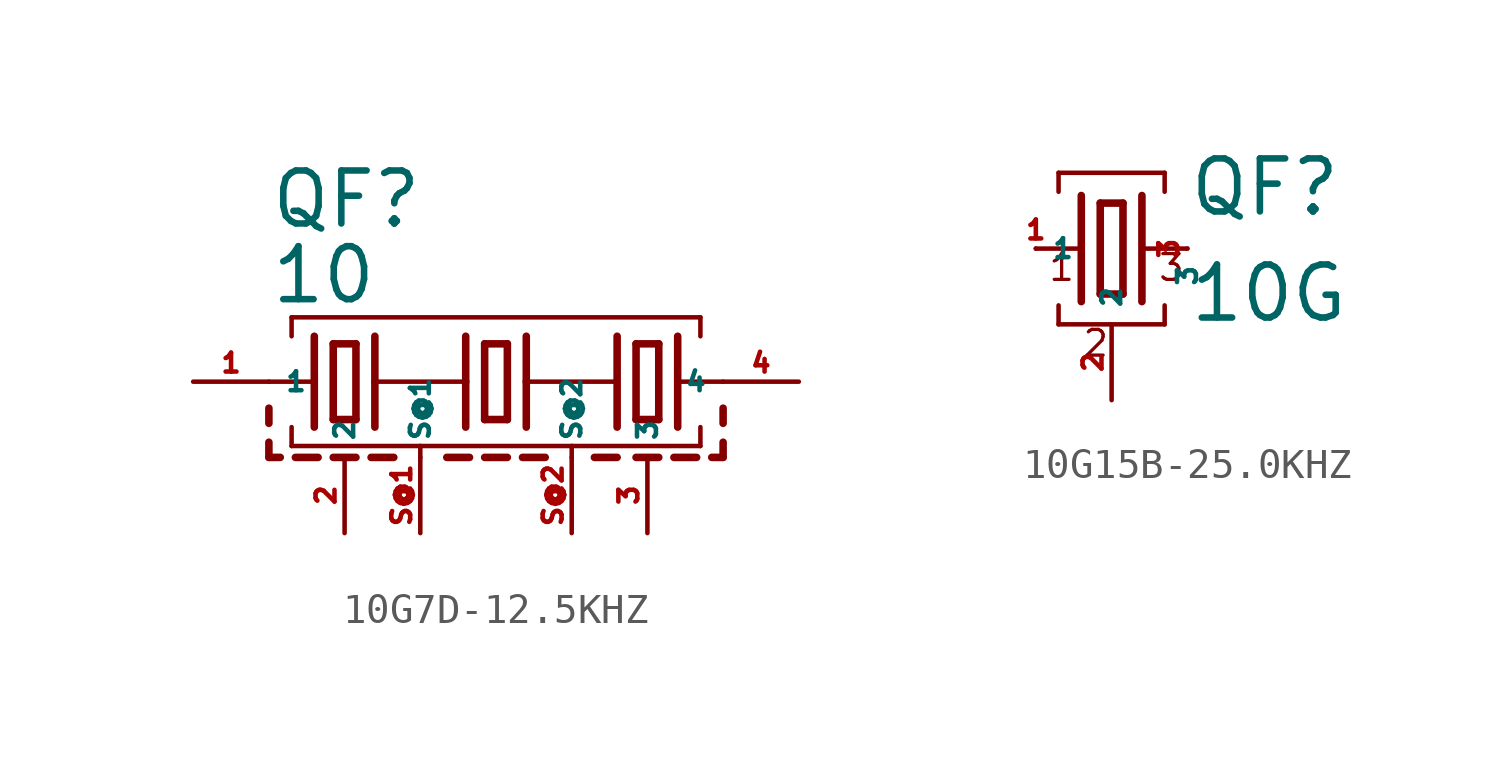
<source format=kicad_sym>
(kicad_symbol_lib
  (version 20220914)
  (generator Eagle2Kicad)
  (symbol "10G7D-12.5KHZ"
    (property "Reference" "QF"
      (at -7.62 5.08 0)
      (effects (font (size 1.778 1.778) (thickness 0.22)) (justify left bottom)))
    (property "Value" "10"
      (at -7.62 2.54 0)
      (effects (font (size 1.778 1.778) (thickness 0.22)) (justify left bottom)))
    (polyline
      (pts (xy 6.096 0) (xy 7.62 0))
      (stroke (width 0.152) (type default))
      (fill (type none)))
    (polyline
      (pts (xy -7.62 0) (xy -6.096 0))
      (stroke (width 0.152) (type default))
      (fill (type none)))
    (polyline
      (pts (xy -0.381 1.27) (xy -0.381 -1.27))
      (stroke (width 0.254) (type default))
      (fill (type none)))
    (polyline
      (pts (xy -0.381 -1.27) (xy 0.381 -1.27))
      (stroke (width 0.254) (type default))
      (fill (type none)))
    (polyline
      (pts (xy 0.381 -1.27) (xy 0.381 1.27))
      (stroke (width 0.254) (type default))
      (fill (type none)))
    (polyline
      (pts (xy 0.381 1.27) (xy -0.381 1.27))
      (stroke (width 0.254) (type default))
      (fill (type none)))
    (polyline
      (pts (xy 6.096 1.524) (xy 6.096 -1.524))
      (stroke (width 0.254) (type default))
      (fill (type none)))
    (polyline
      (pts (xy -6.096 1.524) (xy -6.096 -1.524))
      (stroke (width 0.254) (type default))
      (fill (type none)))
    (polyline
      (pts (xy -6.858 1.524) (xy -6.858 2.159))
      (stroke (width 0.152) (type default))
      (fill (type none)))
    (polyline
      (pts (xy -6.858 2.159) (xy 6.858 2.159))
      (stroke (width 0.152) (type default))
      (fill (type none)))
    (polyline
      (pts (xy 6.858 2.159) (xy 6.858 1.524))
      (stroke (width 0.152) (type default))
      (fill (type none)))
    (polyline
      (pts (xy 6.858 -1.524) (xy 6.858 -2.159))
      (stroke (width 0.152) (type default))
      (fill (type none)))
    (polyline
      (pts (xy -6.858 -2.159) (xy -2.54 -2.159))
      (stroke (width 0.152) (type default))
      (fill (type none)))
    (polyline
      (pts (xy -2.54 -2.159) (xy 2.54 -2.159))
      (stroke (width 0.152) (type default))
      (fill (type none)))
    (polyline
      (pts (xy 2.54 -2.159) (xy 6.858 -2.159))
      (stroke (width 0.152) (type default))
      (fill (type none)))
    (polyline
      (pts (xy -6.858 -2.159) (xy -6.858 -1.524))
      (stroke (width 0.152) (type default))
      (fill (type none)))
    (polyline
      (pts (xy -1.016 1.524) (xy -1.016 0))
      (stroke (width 0.254) (type default))
      (fill (type none)))
    (polyline
      (pts (xy -1.016 0) (xy -1.016 -1.524))
      (stroke (width 0.254) (type default))
      (fill (type none)))
    (polyline
      (pts (xy 1.016 1.524) (xy 1.016 0))
      (stroke (width 0.254) (type default))
      (fill (type none)))
    (polyline
      (pts (xy 1.016 0) (xy 1.016 -1.524))
      (stroke (width 0.254) (type default))
      (fill (type none)))
    (polyline
      (pts (xy -4.699 1.27) (xy -5.461 1.27))
      (stroke (width 0.254) (type default))
      (fill (type none)))
    (polyline
      (pts (xy -5.461 -1.27) (xy -4.699 -1.27))
      (stroke (width 0.254) (type default))
      (fill (type none)))
    (polyline
      (pts (xy -5.461 1.27) (xy -5.461 -1.27))
      (stroke (width 0.254) (type default))
      (fill (type none)))
    (polyline
      (pts (xy -4.699 -1.27) (xy -4.699 1.27))
      (stroke (width 0.254) (type default))
      (fill (type none)))
    (polyline
      (pts (xy 5.461 -1.27) (xy 5.461 1.27))
      (stroke (width 0.254) (type default))
      (fill (type none)))
    (polyline
      (pts (xy 4.699 1.27) (xy 4.699 -1.27))
      (stroke (width 0.254) (type default))
      (fill (type none)))
    (polyline
      (pts (xy 5.461 1.27) (xy 4.699 1.27))
      (stroke (width 0.254) (type default))
      (fill (type none)))
    (polyline
      (pts (xy 4.699 -1.27) (xy 5.461 -1.27))
      (stroke (width 0.254) (type default))
      (fill (type none)))
    (polyline
      (pts (xy 4.064 1.524) (xy 4.064 -1.524))
      (stroke (width 0.254) (type default))
      (fill (type none)))
    (polyline
      (pts (xy -4.064 1.524) (xy -4.064 0))
      (stroke (width 0.254) (type default))
      (fill (type none)))
    (polyline
      (pts (xy -4.064 0) (xy -4.064 -1.524))
      (stroke (width 0.254) (type default))
      (fill (type none)))
    (polyline
      (pts (xy -4.064 0) (xy -1.016 0))
      (stroke (width 0.152) (type default))
      (fill (type none)))
    (polyline
      (pts (xy 1.016 0) (xy 4.064 0))
      (stroke (width 0.152) (type default))
      (fill (type none)))
    (polyline
      (pts (xy -7.62 -2.032) (xy -7.62 -2.54))
      (stroke (width 0.254) (type default))
      (fill (type none)))
    (polyline
      (pts (xy -7.62 -2.54) (xy -7.239 -2.54))
      (stroke (width 0.254) (type default))
      (fill (type none)))
    (polyline
      (pts (xy -5.461 -2.54) (xy -4.699 -2.54))
      (stroke (width 0.254) (type default))
      (fill (type none)))
    (polyline
      (pts (xy -6.731 -2.54) (xy -5.969 -2.54))
      (stroke (width 0.254) (type default))
      (fill (type none)))
    (polyline
      (pts (xy 4.699 -2.54) (xy 5.461 -2.54))
      (stroke (width 0.254) (type default))
      (fill (type none)))
    (polyline
      (pts (xy -4.191 -2.54) (xy -3.429 -2.54))
      (stroke (width 0.254) (type default))
      (fill (type none)))
    (polyline
      (pts (xy -1.651 -2.54) (xy -0.889 -2.54))
      (stroke (width 0.254) (type default))
      (fill (type none)))
    (polyline
      (pts (xy -0.381 -2.54) (xy 0.381 -2.54))
      (stroke (width 0.254) (type default))
      (fill (type none)))
    (polyline
      (pts (xy 0.889 -2.54) (xy 1.651 -2.54))
      (stroke (width 0.254) (type default))
      (fill (type none)))
    (polyline
      (pts (xy 3.302 -2.54) (xy 4.064 -2.54))
      (stroke (width 0.254) (type default))
      (fill (type none)))
    (polyline
      (pts (xy -2.54 -2.54) (xy -2.54 -2.159))
      (stroke (width 0.152) (type default))
      (fill (type none)))
    (polyline
      (pts (xy 2.54 -2.54) (xy 2.54 -2.159))
      (stroke (width 0.152) (type default))
      (fill (type none)))
    (polyline
      (pts (xy 7.62 -2.54) (xy 7.239 -2.54))
      (stroke (width 0.254) (type default))
      (fill (type none)))
    (polyline
      (pts (xy 6.731 -2.54) (xy 5.969 -2.54))
      (stroke (width 0.254) (type default))
      (fill (type none)))
    (polyline
      (pts (xy 7.62 -2.032) (xy 7.62 -2.54))
      (stroke (width 0.254) (type default))
      (fill (type none)))
    (polyline
      (pts (xy -7.62 -0.889) (xy -7.62 -1.397))
      (stroke (width 0.254) (type default))
      (fill (type none)))
    (polyline
      (pts (xy 7.62 -0.889) (xy 7.62 -1.397))
      (stroke (width 0.254) (type default))
      (fill (type none)))
    (pin passive line
      (at 10.16 0 180)
      (length 2.54)
      (name "4" (effects (font (size 0.635 0.635) (thickness 0.08)) (justify left bottom)))
      (number "4" (effects (font (size 0.635 0.635) (thickness 0.08)) (justify left bottom))))
    (pin passive line
      (at -10.16 0 0)
      (length 2.54)
      (name "1" (effects (font (size 0.635 0.635) (thickness 0.08)) (justify left bottom)))
      (number "1" (effects (font (size 0.635 0.635) (thickness 0.08)) (justify left bottom))))
    (pin passive line
      (at -5.08 -5.08 90)
      (length 2.54)
      (name "2" (effects (font (size 0.635 0.635) (thickness 0.08)) (justify left bottom)))
      (number "2" (effects (font (size 0.635 0.635) (thickness 0.08)) (justify left bottom))))
    (pin passive line
      (at 5.08 -5.08 90)
      (length 2.54)
      (name "3" (effects (font (size 0.635 0.635) (thickness 0.08)) (justify left bottom)))
      (number "3" (effects (font (size 0.635 0.635) (thickness 0.08)) (justify left bottom))))
    (pin passive line
      (at -2.54 -5.08 90)
      (length 2.54)
      (name "S@1" (effects (font (size 0.635 0.635) (thickness 0.08)) (justify left bottom)))
      (number "S@1" (effects (font (size 0.635 0.635) (thickness 0.08)) (justify left bottom))))
    (pin passive line
      (at 2.54 -5.08 90)
      (length 2.54)
      (name "S@2" (effects (font (size 0.635 0.635) (thickness 0.08)) (justify left bottom)))
      (number "S@2" (effects (font (size 0.635 0.635) (thickness 0.08)) (justify left bottom)))))
  (symbol "10G15B-25.0KHZ"
    (property "Reference" "QF"
      (at 2.54 1.016 0)
      (effects (font (size 1.778 1.778) (thickness 0.22)) (justify left bottom)))
    (property "Value" "10G"
      (at 2.54 -2.54 0)
      (effects (font (size 1.778 1.778) (thickness 0.22)) (justify left bottom)))
    (polyline
      (pts (xy 1.016 0) (xy 2.54 0))
      (stroke (width 0.152) (type default))
      (fill (type none)))
    (polyline
      (pts (xy -2.54 0) (xy -1.016 0))
      (stroke (width 0.152) (type default))
      (fill (type none)))
    (polyline
      (pts (xy -0.381 1.524) (xy -0.381 -1.524))
      (stroke (width 0.254) (type default))
      (fill (type none)))
    (polyline
      (pts (xy -0.381 -1.524) (xy 0.381 -1.524))
      (stroke (width 0.254) (type default))
      (fill (type none)))
    (polyline
      (pts (xy 0.381 -1.524) (xy 0.381 1.524))
      (stroke (width 0.254) (type default))
      (fill (type none)))
    (polyline
      (pts (xy 0.381 1.524) (xy -0.381 1.524))
      (stroke (width 0.254) (type default))
      (fill (type none)))
    (polyline
      (pts (xy 1.016 1.778) (xy 1.016 -1.778))
      (stroke (width 0.254) (type default))
      (fill (type none)))
    (polyline
      (pts (xy -1.016 1.778) (xy -1.016 -1.778))
      (stroke (width 0.254) (type default))
      (fill (type none)))
    (polyline
      (pts (xy -1.778 1.905) (xy -1.778 2.54))
      (stroke (width 0.152) (type default))
      (fill (type none)))
    (polyline
      (pts (xy -1.778 2.54) (xy 1.778 2.54))
      (stroke (width 0.152) (type default))
      (fill (type none)))
    (polyline
      (pts (xy 1.778 2.54) (xy 1.778 1.905))
      (stroke (width 0.152) (type default))
      (fill (type none)))
    (polyline
      (pts (xy 1.778 -1.905) (xy 1.778 -2.54))
      (stroke (width 0.152) (type default))
      (fill (type none)))
    (polyline
      (pts (xy -1.778 -2.54) (xy 1.778 -2.54))
      (stroke (width 0.152) (type default))
      (fill (type none)))
    (polyline
      (pts (xy -1.778 -2.54) (xy -1.778 -1.905))
      (stroke (width 0.152) (type default))
      (fill (type none)))
    (text "1"
      (at -2.159 -1.143 0)
      (effects (font (size 0.864 0.864) (thickness 0.11)) (justify left bottom)))
    (text "2"
      (at -1.016 -3.683 0)
      (effects (font (size 0.864 0.864) (thickness 0.11)) (justify left bottom)))
    (text "3"
      (at 1.524 -1.143 0)
      (effects (font (size 0.864 0.864) (thickness 0.11)) (justify left bottom)))
    (pin passive line
      (at 2.54 0 270)
      (length 0)
      (name "3" (effects (font (size 0.635 0.635) (thickness 0.08)) (justify left bottom)))
      (number "3" (effects (font (size 0.635 0.635) (thickness 0.08)) (justify left bottom))))
    (pin passive line
      (at -2.54 0 0)
      (length 0)
      (name "1" (effects (font (size 0.635 0.635) (thickness 0.08)) (justify left bottom)))
      (number "1" (effects (font (size 0.635 0.635) (thickness 0.08)) (justify left bottom))))
    (pin passive line
      (at 0 -5.08 90)
      (length 2.54)
      (name "2" (effects (font (size 0.635 0.635) (thickness 0.08)) (justify left bottom)))
      (number "2" (effects (font (size 0.635 0.635) (thickness 0.08)) (justify left bottom))))))
</source>
